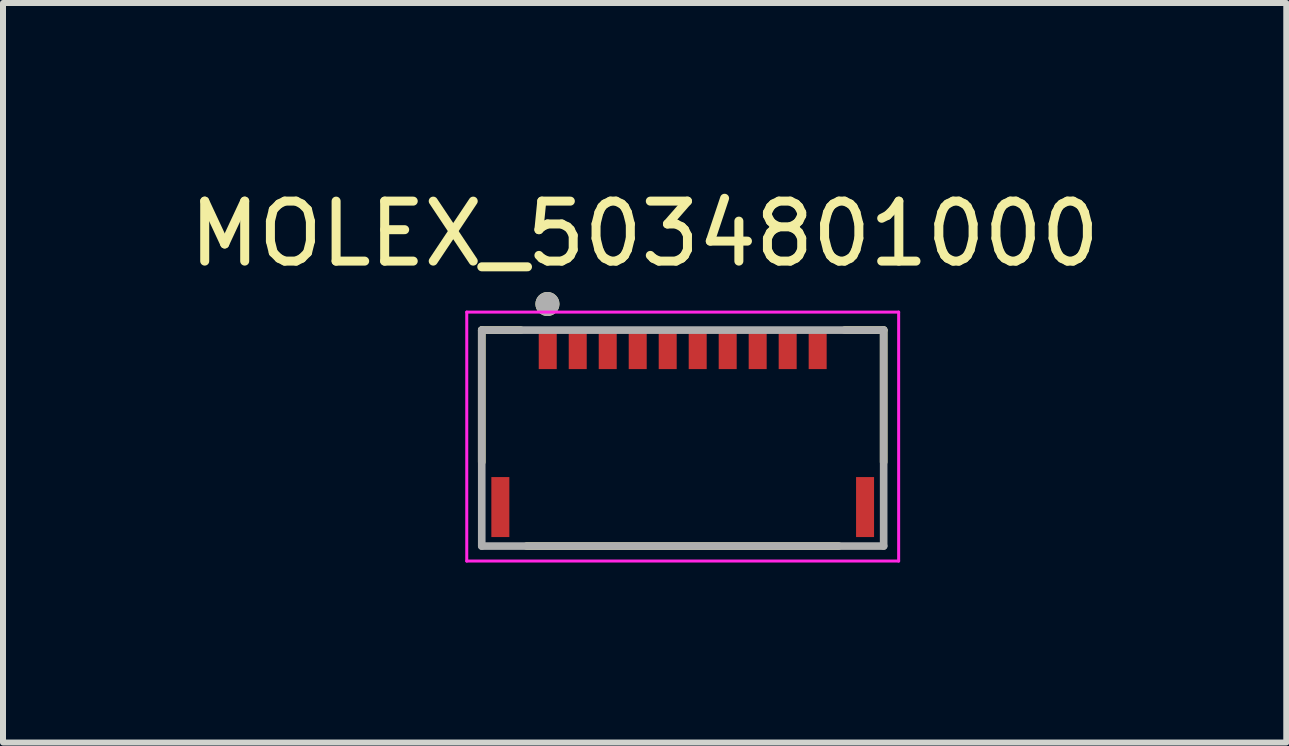
<source format=kicad_pcb>
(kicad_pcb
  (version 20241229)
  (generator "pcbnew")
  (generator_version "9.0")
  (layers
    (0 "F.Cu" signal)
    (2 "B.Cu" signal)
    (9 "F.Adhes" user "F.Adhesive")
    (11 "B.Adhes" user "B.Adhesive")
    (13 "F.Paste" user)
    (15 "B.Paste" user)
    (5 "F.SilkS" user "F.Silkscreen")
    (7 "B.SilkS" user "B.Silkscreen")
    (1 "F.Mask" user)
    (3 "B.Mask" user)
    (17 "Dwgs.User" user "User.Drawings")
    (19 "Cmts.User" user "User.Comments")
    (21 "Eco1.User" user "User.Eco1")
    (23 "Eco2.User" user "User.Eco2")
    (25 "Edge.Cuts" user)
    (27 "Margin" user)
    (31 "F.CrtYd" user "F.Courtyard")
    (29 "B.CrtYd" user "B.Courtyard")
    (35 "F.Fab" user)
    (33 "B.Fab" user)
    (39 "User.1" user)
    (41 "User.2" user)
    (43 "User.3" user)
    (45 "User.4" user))
  (footprint "MOLEX_5034801000"
    (layer "F.Cu")
    (at 8.331 2.753)
    (property "Reference" "MOLEX_5034801000" (at -0.635 -1.905 0) (layer "F.SilkS") (effects (font (size 1 1) (thickness 0.15))))
    (attr through_hole)
    (fp_line (start -3.35 -0.3) (end -3.35 1.9) (stroke (width 0.127) (type solid)) (layer "F.SilkS"))
    (fp_line (start -2.7 -0.3) (end -3.35 -0.3) (stroke (width 0.127) (type solid)) (layer "F.SilkS"))
    (fp_line (start -2.6 3.3) (end 2.6 3.3) (stroke (width 0.127) (type solid)) (layer "F.SilkS"))
    (fp_line (start 2.7 -0.3) (end 3.35 -0.3) (stroke (width 0.127) (type solid)) (layer "F.SilkS"))
    (fp_line (start 3.35 -0.3) (end 3.35 1.9) (stroke (width 0.127) (type solid)) (layer "F.SilkS"))
    (fp_circle (center -2.255 -0.735) (end -2.155 -0.735) (stroke (width 0.2) (type solid)) (fill no) (layer "F.SilkS"))
    (fp_line (start -3.6 -0.6) (end 3.6 -0.6) (stroke (width 0.05) (type solid)) (layer "F.CrtYd"))
    (fp_line (start -3.6 3.55) (end -3.6 -0.6) (stroke (width 0.05) (type solid)) (layer "F.CrtYd"))
    (fp_line (start 3.6 -0.6) (end 3.6 3.55) (stroke (width 0.05) (type solid)) (layer "F.CrtYd"))
    (fp_line (start 3.6 3.55) (end -3.6 3.55) (stroke (width 0.05) (type solid)) (layer "F.CrtYd"))
    (fp_line (start -3.35 -0.3) (end 3.35 -0.3) (stroke (width 0.127) (type solid)) (layer "F.Fab"))
    (fp_line (start -3.35 3.3) (end -3.35 -0.3) (stroke (width 0.127) (type solid)) (layer "F.Fab"))
    (fp_line (start 3.35 -0.3) (end 3.35 3.3) (stroke (width 0.127) (type solid)) (layer "F.Fab"))
    (fp_line (start 3.35 3.3) (end -3.35 3.3) (stroke (width 0.127) (type solid)) (layer "F.Fab"))
    (fp_circle (center -2.255 -0.735) (end -2.155 -0.735) (stroke (width 0.2) (type solid)) (fill no) (layer "F.Fab"))
    (pad "1" smd rect (at -2.25 0) (size 0.3 0.7) (layers "F.Cu" "F.Mask" "F.Paste"))
    (pad "2" smd rect (at -1.75 0) (size 0.3 0.7) (layers "F.Cu" "F.Mask" "F.Paste"))
    (pad "3" smd rect (at -1.25 0) (size 0.3 0.7) (layers "F.Cu" "F.Mask" "F.Paste"))
    (pad "4" smd rect (at -0.75 0) (size 0.3 0.7) (layers "F.Cu" "F.Mask" "F.Paste"))
    (pad "5" smd rect (at -0.25 0) (size 0.3 0.7) (layers "F.Cu" "F.Mask" "F.Paste"))
    (pad "6" smd rect (at 0.25 0) (size 0.3 0.7) (layers "F.Cu" "F.Mask" "F.Paste"))
    (pad "7" smd rect (at 0.75 0) (size 0.3 0.7) (layers "F.Cu" "F.Mask" "F.Paste"))
    (pad "8" smd rect (at 1.25 0) (size 0.3 0.7) (layers "F.Cu" "F.Mask" "F.Paste"))
    (pad "9" smd rect (at 1.75 0) (size 0.3 0.7) (layers "F.Cu" "F.Mask" "F.Paste"))
    (pad "10" smd rect (at 2.25 0) (size 0.3 0.7) (layers "F.Cu" "F.Mask" "F.Paste"))
    (pad "S1" smd rect (at -3.04 2.65) (size 0.3 1) (layers "F.Cu" "F.Mask" "F.Paste"))
    (pad "S2" smd rect (at 3.04 2.65) (size 0.3 1) (layers "F.Cu" "F.Mask" "F.Paste")))
  (gr_rect
    (start -3 -3)
    (end 18.393 9.328)
    (stroke (width 0.1) (type default))
    (fill no)
    (layer "Edge.Cuts")))
</source>
